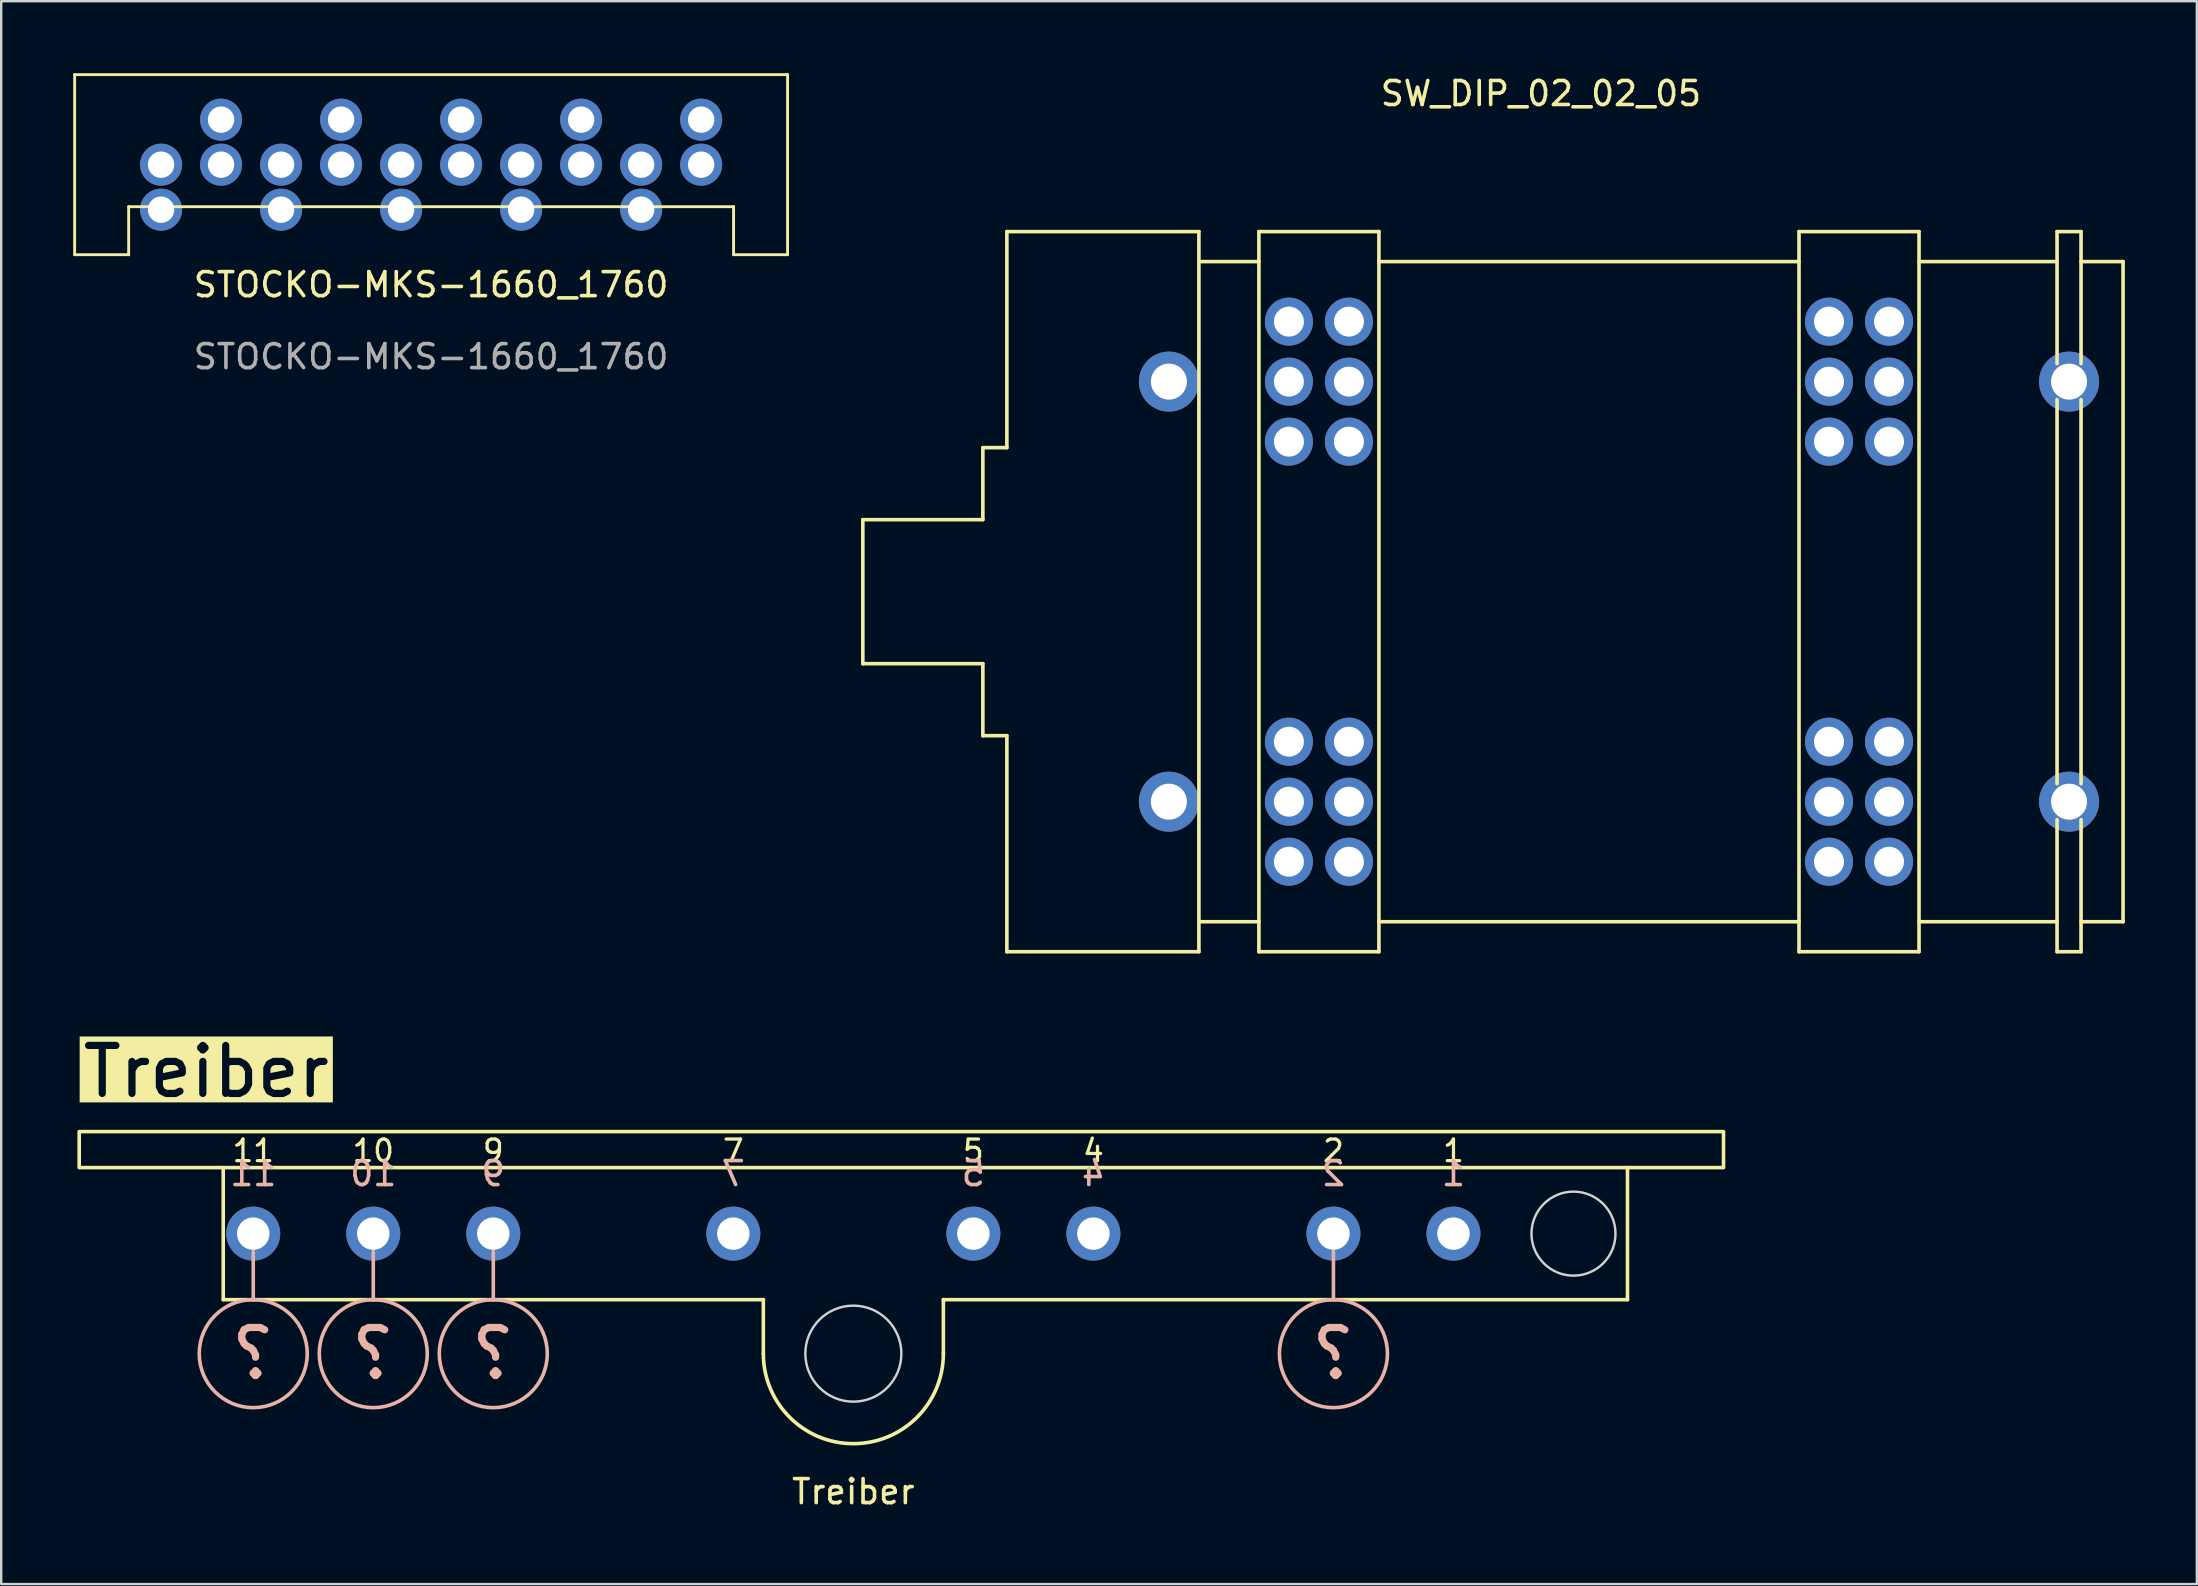
<source format=kicad_pcb>
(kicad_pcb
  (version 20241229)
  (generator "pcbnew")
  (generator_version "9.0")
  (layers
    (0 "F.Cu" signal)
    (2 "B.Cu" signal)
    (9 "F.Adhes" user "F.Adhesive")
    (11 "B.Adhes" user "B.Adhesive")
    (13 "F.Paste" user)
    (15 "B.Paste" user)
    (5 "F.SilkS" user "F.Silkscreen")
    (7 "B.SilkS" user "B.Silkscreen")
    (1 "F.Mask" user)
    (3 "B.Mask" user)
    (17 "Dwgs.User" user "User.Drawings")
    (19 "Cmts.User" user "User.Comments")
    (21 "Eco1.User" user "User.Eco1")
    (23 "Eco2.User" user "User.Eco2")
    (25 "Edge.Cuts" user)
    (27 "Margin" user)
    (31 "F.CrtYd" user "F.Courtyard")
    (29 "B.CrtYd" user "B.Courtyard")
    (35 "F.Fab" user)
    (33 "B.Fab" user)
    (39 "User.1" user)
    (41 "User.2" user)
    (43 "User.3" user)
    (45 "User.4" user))
  (footprint "Treiber"
    (layer "F.Cu")
    (at 0.25 44.092)
    (property "Reference" "Treiber" (at 32.25 15 0) (unlocked yes) (layer "F.SilkS") (effects (font (size 1 1) (thickness 0.15))))
    (attr through_hole)
    (fp_line (start 6 7) (end 6 1.5) (stroke (width 0.15) (type default)) (layer "F.SilkS"))
    (fp_line (start 28.5 7) (end 6 7) (stroke (width 0.15) (type default)) (layer "F.SilkS"))
    (fp_line (start 28.5 7) (end 28.5 9.25) (stroke (width 0.15) (type default)) (layer "F.SilkS"))
    (fp_line (start 36 7) (end 36 9.25) (stroke (width 0.15) (type default)) (layer "F.SilkS"))
    (fp_line (start 64.5 1.5) (end 64.5 7) (stroke (width 0.15) (type default)) (layer "F.SilkS"))
    (fp_line (start 64.5 7) (end 36 7) (stroke (width 0.15) (type default)) (layer "F.SilkS"))
    (fp_rect (start 68.5 0) (end 0 1.5) (stroke (width 0.15) (type default)) (fill no) (layer "F.SilkS"))
    (fp_arc (start 36 9.25) (mid 32.25 13) (end 28.5 9.25) (stroke (width 0.15) (type default)) (layer "F.SilkS"))
    (fp_line (start 7.25 7) (end 7.25 5) (stroke (width 0.15) (type default)) (layer "B.SilkS"))
    (fp_line (start 12.25 7) (end 12.25 5) (stroke (width 0.15) (type default)) (layer "B.SilkS"))
    (fp_line (start 17.25 7) (end 17.25 5) (stroke (width 0.15) (type default)) (layer "B.SilkS"))
    (fp_line (start 52.25 7) (end 52.25 5) (stroke (width 0.15) (type default)) (layer "B.SilkS"))
    (fp_circle (center 7.25 9.25) (end 5 9.25) (stroke (width 0.15) (type default)) (fill no) (layer "B.SilkS"))
    (fp_circle (center 12.25 9.25) (end 10 9.25) (stroke (width 0.15) (type default)) (fill no) (layer "B.SilkS"))
    (fp_circle (center 17.25 9.25) (end 15 9.25) (stroke (width 0.15) (type default)) (fill no) (layer "B.SilkS"))
    (fp_circle (center 52.25 9.25) (end 50 9.25) (stroke (width 0.15) (type default)) (fill no) (layer "B.SilkS"))
    (fp_circle (center 32.25 9.25) (end 34.25 9.25) (stroke (width 0.1) (type default)) (fill no) (layer "Edge.Cuts"))
    (fp_circle (center 62.25 4.25) (end 64 4.25) (stroke (width 0.1) (type default)) (fill no) (layer "Edge.Cuts"))
    (fp_text user "4" (at 42.25 0.8 0) (unlocked yes) (layer "F.SilkS") (effects (font (size 0.9 0.9) (thickness 0.135))))
    (fp_text user "1" (at 57.25 0.8 0) (unlocked yes) (layer "F.SilkS") (effects (font (size 0.9 0.9) (thickness 0.135))))
    (fp_text user "5" (at 37.25 0.8 0) (unlocked yes) (layer "F.SilkS") (effects (font (size 0.9 0.9) (thickness 0.135))))
    (fp_text user "10" (at 12.25 0.8 0) (unlocked yes) (layer "F.SilkS") (effects (font (size 0.9 0.9) (thickness 0.135))))
    (fp_text user "7" (at 27.25 0.8 0) (unlocked yes) (layer "F.SilkS") (effects (font (size 0.9 0.9) (thickness 0.135))))
    (fp_text user "2" (at 52.25 0.8 0) (unlocked yes) (layer "F.SilkS") (effects (font (size 0.9 0.9) (thickness 0.135))))
    (fp_text user "9" (at 17.25 0.8 0) (unlocked yes) (layer "F.SilkS") (effects (font (size 0.9 0.9) (thickness 0.135))))
    (fp_text user "Treiber" (at 0 -2.5 0) (unlocked yes) (layer "F.SilkS" knockout) (effects (font (size 2 2) (thickness 0.3)) (justify left)))
    (fp_text user "11" (at 7.25 0.8 0) (unlocked yes) (layer "F.SilkS") (effects (font (size 0.9 0.9) (thickness 0.135))))
    (fp_text user "?" (at 17.25 9.25 0) (unlocked yes) (layer "B.SilkS") (effects (font (size 2 2) (thickness 0.3)) (justify mirror)))
    (fp_text user "5" (at 37.25 1.75 0) (unlocked yes) (layer "B.SilkS") (effects (font (size 1 1) (thickness 0.15)) (justify mirror)))
    (fp_text user "11" (at 7.25 1.75 0) (unlocked yes) (layer "B.SilkS") (effects (font (size 1 1) (thickness 0.15)) (justify mirror)))
    (fp_text user "1" (at 57.25 1.75 0) (unlocked yes) (layer "B.SilkS") (effects (font (size 1 1) (thickness 0.15)) (justify mirror)))
    (fp_text user "?" (at 52.25 9.25 0) (unlocked yes) (layer "B.SilkS") (effects (font (size 2 2) (thickness 0.3)) (justify mirror)))
    (fp_text user "7" (at 27.25 1.75 0) (unlocked yes) (layer "B.SilkS") (effects (font (size 1 1) (thickness 0.15)) (justify mirror)))
    (fp_text user "4" (at 42.25 1.75 0) (unlocked yes) (layer "B.SilkS") (effects (font (size 1 1) (thickness 0.15)) (justify mirror)))
    (fp_text user "10" (at 12.25 1.75 0) (unlocked yes) (layer "B.SilkS") (effects (font (size 1 1) (thickness 0.15)) (justify mirror)))
    (fp_text user "?" (at 12.25 9.25 0) (unlocked yes) (layer "B.SilkS") (effects (font (size 2 2) (thickness 0.3)) (justify mirror)))
    (fp_text user "2" (at 52.25 1.75 0) (unlocked yes) (layer "B.SilkS") (effects (font (size 1 1) (thickness 0.15)) (justify mirror)))
    (fp_text user "9" (at 17.25 1.75 0) (unlocked yes) (layer "B.SilkS") (effects (font (size 1 1) (thickness 0.15)) (justify mirror)))
    (fp_text user "?" (at 7.25 9.25 0) (unlocked yes) (layer "B.SilkS") (effects (font (size 2 2) (thickness 0.3)) (justify mirror)))
    (pad "1" thru_hole circle (at 57.25 4.25) (size 2.25 2.25) (drill 1.35) (layers "*.Cu" "B.Mask") (remove_unused_layers yes) (keep_end_layers yes) (zone_layer_connections))
    (pad "2" thru_hole circle (at 52.25 4.25) (size 2.25 2.25) (drill 1.35) (layers "*.Cu" "B.Mask") (remove_unused_layers yes) (keep_end_layers yes) (zone_layer_connections))
    (pad "4" thru_hole circle (at 42.25 4.25) (size 2.25 2.25) (drill 1.35) (layers "*.Cu" "B.Mask") (remove_unused_layers yes) (keep_end_layers yes) (zone_layer_connections))
    (pad "5" thru_hole circle (at 37.25 4.25) (size 2.25 2.25) (drill 1.35) (layers "*.Cu" "B.Mask") (remove_unused_layers yes) (keep_end_layers yes) (zone_layer_connections))
    (pad "7" thru_hole circle (at 27.25 4.25) (size 2.25 2.25) (drill 1.35) (layers "*.Cu" "B.Mask") (remove_unused_layers yes) (keep_end_layers yes) (zone_layer_connections))
    (pad "9" thru_hole circle (at 17.25 4.25) (size 2.25 2.25) (drill 1.35) (layers "*.Cu" "B.Mask") (remove_unused_layers yes) (keep_end_layers yes) (zone_layer_connections))
    (pad "10" thru_hole circle (at 12.25 4.25) (size 2.25 2.25) (drill 1.35) (layers "*.Cu" "B.Mask") (remove_unused_layers yes) (keep_end_layers yes) (zone_layer_connections))
    (pad "11" thru_hole circle (at 7.25 4.25) (size 2.25 2.25) (drill 1.35) (layers "*.Cu" "B.Mask") (remove_unused_layers yes) (keep_end_layers yes) (zone_layer_connections)))
  (footprint "STOCKO-MKS-1660_1760"
    (layer "F.Cu")
    (at 3.66 3.81)
    (property "Reference" "STOCKO-MKS-1660_1760" (at 11.25 5 0) (unlocked yes) (layer "F.SilkS") (effects (font (size 1 1) (thickness 0.15))))
    (attr through_hole)
    (fp_line (start -3.6 -3.75) (end -3.6 3.75) (stroke (width 0.12) (type default)) (layer "F.SilkS"))
    (fp_line (start -3.6 -3.75) (end 26.1 -3.75) (stroke (width 0.12) (type default)) (layer "F.SilkS"))
    (fp_line (start -1.35 1.75) (end 23.85 1.75) (stroke (width 0.12) (type default)) (layer "F.SilkS"))
    (fp_line (start -1.35 3.75) (end -3.6 3.75) (stroke (width 0.12) (type default)) (layer "F.SilkS"))
    (fp_line (start -1.35 3.75) (end -1.35 1.75) (stroke (width 0.12) (type default)) (layer "F.SilkS"))
    (fp_line (start 23.85 3.75) (end 23.85 1.75) (stroke (width 0.12) (type default)) (layer "F.SilkS"))
    (fp_line (start 26.1 3.75) (end 23.85 3.75) (stroke (width 0.12) (type default)) (layer "F.SilkS"))
    (fp_line (start 26.1 3.75) (end 26.1 -3.75) (stroke (width 0.12) (type default)) (layer "F.SilkS"))
    (fp_text user "${REFERENCE}" (at 11.25 8 0) (unlocked yes) (layer "F.Fab") (effects (font (size 1 1) (thickness 0.15))))
    (pad "1" thru_hole circle (at 0 0 180) (size 1.75 1.75) (drill 1.1) (layers "*.Cu" "B.Mask"))
    (pad "1" thru_hole circle (at 0 1.875 180) (size 1.75 1.75) (drill 1.1) (layers "*.Cu" "B.Mask"))
    (pad "2" thru_hole circle (at 2.5 -1.875 180) (size 1.75 1.75) (drill 1.1) (layers "*.Cu" "B.Mask"))
    (pad "2" thru_hole circle (at 2.5 0 180) (size 1.75 1.75) (drill 1.1) (layers "*.Cu" "B.Mask"))
    (pad "3" thru_hole circle (at 5 0 180) (size 1.75 1.75) (drill 1.1) (layers "*.Cu" "B.Mask"))
    (pad "3" thru_hole circle (at 5 1.875 180) (size 1.75 1.75) (drill 1.1) (layers "*.Cu" "B.Mask"))
    (pad "4" thru_hole circle (at 7.5 -1.875 180) (size 1.75 1.75) (drill 1.1) (layers "*.Cu" "B.Mask"))
    (pad "4" thru_hole circle (at 7.5 0 180) (size 1.75 1.75) (drill 1.1) (layers "*.Cu" "B.Mask"))
    (pad "5" thru_hole circle (at 10 0 180) (size 1.75 1.75) (drill 1.1) (layers "*.Cu" "B.Mask"))
    (pad "5" thru_hole circle (at 10 1.875 180) (size 1.75 1.75) (drill 1.1) (layers "*.Cu" "B.Mask"))
    (pad "6" thru_hole circle (at 12.5 -1.875 180) (size 1.75 1.75) (drill 1.1) (layers "*.Cu" "B.Mask"))
    (pad "6" thru_hole circle (at 12.5 0 180) (size 1.75 1.75) (drill 1.1) (layers "*.Cu" "B.Mask"))
    (pad "7" thru_hole circle (at 15 0 180) (size 1.75 1.75) (drill 1.1) (layers "*.Cu" "B.Mask"))
    (pad "7" thru_hole circle (at 15 1.875 180) (size 1.75 1.75) (drill 1.1) (layers "*.Cu" "B.Mask"))
    (pad "8" thru_hole circle (at 17.5 -1.875 180) (size 1.75 1.75) (drill 1.1) (layers "*.Cu" "B.Mask"))
    (pad "8" thru_hole circle (at 17.5 0 180) (size 1.75 1.75) (drill 1.1) (layers "*.Cu" "B.Mask"))
    (pad "9" thru_hole circle (at 20 0 180) (size 1.75 1.75) (drill 1.1) (layers "*.Cu" "B.Mask"))
    (pad "9" thru_hole circle (at 20 1.875 180) (size 1.75 1.75) (drill 1.1) (layers "*.Cu" "B.Mask"))
    (pad "10" thru_hole circle (at 22.5 -1.875 180) (size 1.75 1.75) (drill 1.1) (layers "*.Cu" "B.Mask"))
    (pad "10" thru_hole circle (at 22.5 0 180) (size 1.75 1.75) (drill 1.1) (layers "*.Cu" "B.Mask")))
  (footprint "SW_DIP_02_02_05"
    (layer "F.Cu")
    (at 37.895 7.848)
    (property "Reference" "SW_DIP_02_02_05" (at 23.25 -7 0) (unlocked yes) (layer "F.SilkS") (effects (font (size 1 1) (thickness 0.15))))
    (attr through_hole)
    (fp_line (start -5 16.75) (end -5 10.75) (stroke (width 0.15) (type default)) (layer "F.SilkS"))
    (fp_line (start 0 7.75) (end 0 10.75) (stroke (width 0.15) (type default)) (layer "F.SilkS"))
    (fp_line (start 0 7.75) (end 1 7.75) (stroke (width 0.15) (type default)) (layer "F.SilkS"))
    (fp_line (start 0 10.75) (end -5 10.75) (stroke (width 0.15) (type default)) (layer "F.SilkS"))
    (fp_line (start 0 16.75) (end -5 16.75) (stroke (width 0.15) (type default)) (layer "F.SilkS"))
    (fp_line (start 0 16.75) (end 0 19.75) (stroke (width 0.15) (type default)) (layer "F.SilkS"))
    (fp_line (start 0 19.75) (end 1 19.75) (stroke (width 0.15) (type default)) (layer "F.SilkS"))
    (fp_line (start 1 -1.25) (end 1 7.75) (stroke (width 0.15) (type default)) (layer "F.SilkS"))
    (fp_line (start 1 19.75) (end 1 28.75) (stroke (width 0.15) (type default)) (layer "F.SilkS"))
    (fp_line (start 9 -1.25) (end 1 -1.25) (stroke (width 0.15) (type default)) (layer "F.SilkS"))
    (fp_line (start 9 -1.25) (end 9 28.75) (stroke (width 0.15) (type default)) (layer "F.SilkS"))
    (fp_line (start 9 28.75) (end 1 28.75) (stroke (width 0.15) (type default)) (layer "F.SilkS"))
    (fp_line (start 11.5 -1.25) (end 11.5 28.75) (stroke (width 0.15) (type default)) (layer "F.SilkS"))
    (fp_line (start 11.5 -1.25) (end 16.5 -1.25) (stroke (width 0.15) (type default)) (layer "F.SilkS"))
    (fp_line (start 11.5 0) (end 9 0) (stroke (width 0.15) (type default)) (layer "F.SilkS"))
    (fp_line (start 11.5 27.5) (end 9 27.5) (stroke (width 0.15) (type default)) (layer "F.SilkS"))
    (fp_line (start 11.5 28.75) (end 16.5 28.75) (stroke (width 0.15) (type default)) (layer "F.SilkS"))
    (fp_line (start 16.5 -1.25) (end 16.5 28.75) (stroke (width 0.15) (type default)) (layer "F.SilkS"))
    (fp_line (start 34 -1.25) (end 34 28.75) (stroke (width 0.15) (type default)) (layer "F.SilkS"))
    (fp_line (start 34 -1.25) (end 39 -1.25) (stroke (width 0.15) (type default)) (layer "F.SilkS"))
    (fp_line (start 34 0) (end 16.5 0) (stroke (width 0.15) (type default)) (layer "F.SilkS"))
    (fp_line (start 34 27.5) (end 16.5 27.5) (stroke (width 0.15) (type default)) (layer "F.SilkS"))
    (fp_line (start 34 28.75) (end 39 28.75) (stroke (width 0.15) (type default)) (layer "F.SilkS"))
    (fp_line (start 39 -1.25) (end 39 28.75) (stroke (width 0.15) (type default)) (layer "F.SilkS"))
    (fp_line (start 44.75 -1.25) (end 44.75 4.25) (stroke (width 0.15) (type default)) (layer "F.SilkS"))
    (fp_line (start 44.75 0) (end 39 0) (stroke (width 0.15) (type default)) (layer "F.SilkS"))
    (fp_line (start 44.75 21.75) (end 44.75 5.75) (stroke (width 0.15) (type default)) (layer "F.SilkS"))
    (fp_line (start 44.75 23.25) (end 44.75 28.75) (stroke (width 0.15) (type default)) (layer "F.SilkS"))
    (fp_line (start 44.75 27.5) (end 39 27.5) (stroke (width 0.15) (type default)) (layer "F.SilkS"))
    (fp_line (start 44.75 28.75) (end 45.75 28.75) (stroke (width 0.15) (type default)) (layer "F.SilkS"))
    (fp_line (start 45.75 -1.25) (end 44.75 -1.25) (stroke (width 0.15) (type default)) (layer "F.SilkS"))
    (fp_line (start 45.75 -1.25) (end 45.75 4.25) (stroke (width 0.15) (type default)) (layer "F.SilkS"))
    (fp_line (start 45.75 21.75) (end 45.75 5.75) (stroke (width 0.15) (type default)) (layer "F.SilkS"))
    (fp_line (start 45.75 27.5) (end 47.5 27.5) (stroke (width 0.15) (type default)) (layer "F.SilkS"))
    (fp_line (start 45.75 28.75) (end 45.75 23.25) (stroke (width 0.15) (type default)) (layer "F.SilkS"))
    (fp_line (start 47.5 0) (end 45.75 0) (stroke (width 0.15) (type default)) (layer "F.SilkS"))
    (fp_line (start 47.5 27.5) (end 47.5 0) (stroke (width 0.15) (type default)) (layer "F.SilkS"))
    (pad "" thru_hole circle (at 7.75 5) (size 2.5 2.5) (drill 1.5) (layers "*.Cu" "B.Mask"))
    (pad "" thru_hole circle (at 7.75 22.5) (size 2.5 2.5) (drill 1.5) (layers "*.Cu" "B.Mask"))
    (pad "" thru_hole circle (at 15.25 7.5) (size 2 2) (drill 1.25) (layers "*.Cu" "B.Mask"))
    (pad "" thru_hole circle (at 37.75 7.5) (size 2 2) (drill 1.25) (layers "*.Cu" "B.Mask"))
    (pad "" thru_hole circle (at 45.25 5) (size 2.5 2.5) (drill 1.5) (layers "*.Cu" "B.Mask"))
    (pad "" thru_hole circle (at 45.25 22.5) (size 2.5 2.5) (drill 1.5) (layers "*.Cu" "B.Mask"))
    (pad "1" thru_hole circle (at 35.25 5) (size 2 2) (drill 1.25) (layers "*.Cu" "B.Mask"))
    (pad "1" thru_hole circle (at 35.25 7.5) (size 2 2) (drill 1.25) (layers "*.Cu" "B.Mask"))
    (pad "2" thru_hole circle (at 35.25 2.5) (size 2 2) (drill 1.25) (layers "*.Cu" "B.Mask"))
    (pad "3" thru_hole circle (at 35.25 25) (size 2 2) (drill 1.25) (layers "*.Cu" "B.Mask"))
    (pad "4" thru_hole circle (at 35.25 22.5) (size 2 2) (drill 1.25) (layers "*.Cu" "B.Mask"))
    (pad "5" thru_hole circle (at 35.25 20) (size 2 2) (drill 1.25) (layers "*.Cu" "B.Mask"))
    (pad "6" thru_hole circle (at 37.75 5) (size 2 2) (drill 1.25) (layers "*.Cu" "B.Mask"))
    (pad "7" thru_hole circle (at 37.75 2.5) (size 2 2) (drill 1.25) (layers "*.Cu" "B.Mask"))
    (pad "8" thru_hole circle (at 37.75 25) (size 2 2) (drill 1.25) (layers "*.Cu" "B.Mask"))
    (pad "9" thru_hole circle (at 37.75 22.5) (size 2 2) (drill 1.25) (layers "*.Cu" "B.Mask"))
    (pad "10" thru_hole circle (at 37.75 20) (size 2 2) (drill 1.25) (layers "*.Cu" "B.Mask"))
    (pad "11" thru_hole circle (at 12.75 5) (size 2 2) (drill 1.25) (layers "*.Cu" "B.Mask"))
    (pad "11" thru_hole circle (at 12.75 7.5) (size 2 2) (drill 1.25) (layers "*.Cu" "B.Mask"))
    (pad "12" thru_hole circle (at 12.75 2.5) (size 2 2) (drill 1.25) (layers "*.Cu" "B.Mask"))
    (pad "13" thru_hole circle (at 12.75 25) (size 2 2) (drill 1.25) (layers "*.Cu" "B.Mask"))
    (pad "14" thru_hole circle (at 12.75 22.5) (size 2 2) (drill 1.25) (layers "*.Cu" "B.Mask"))
    (pad "15" thru_hole circle (at 12.75 20) (size 2 2) (drill 1.25) (layers "*.Cu" "B.Mask"))
    (pad "16" thru_hole circle (at 15.25 5) (size 2 2) (drill 1.25) (layers "*.Cu" "B.Mask"))
    (pad "17" thru_hole circle (at 15.25 2.5) (size 2 2) (drill 1.25) (layers "*.Cu" "B.Mask"))
    (pad "18" thru_hole circle (at 15.25 25) (size 2 2) (drill 1.25) (layers "*.Cu" "B.Mask"))
    (pad "19" thru_hole circle (at 15.25 22.5) (size 2 2) (drill 1.25) (layers "*.Cu" "B.Mask"))
    (pad "20" thru_hole circle (at 15.25 20) (size 2 2) (drill 1.25) (layers "*.Cu" "B.Mask")))
  (gr_rect
    (start -3 -3)
    (end 88.47 62.94)
    (stroke (width 0.1) (type default))
    (fill no)
    (layer "Edge.Cuts")))
</source>
